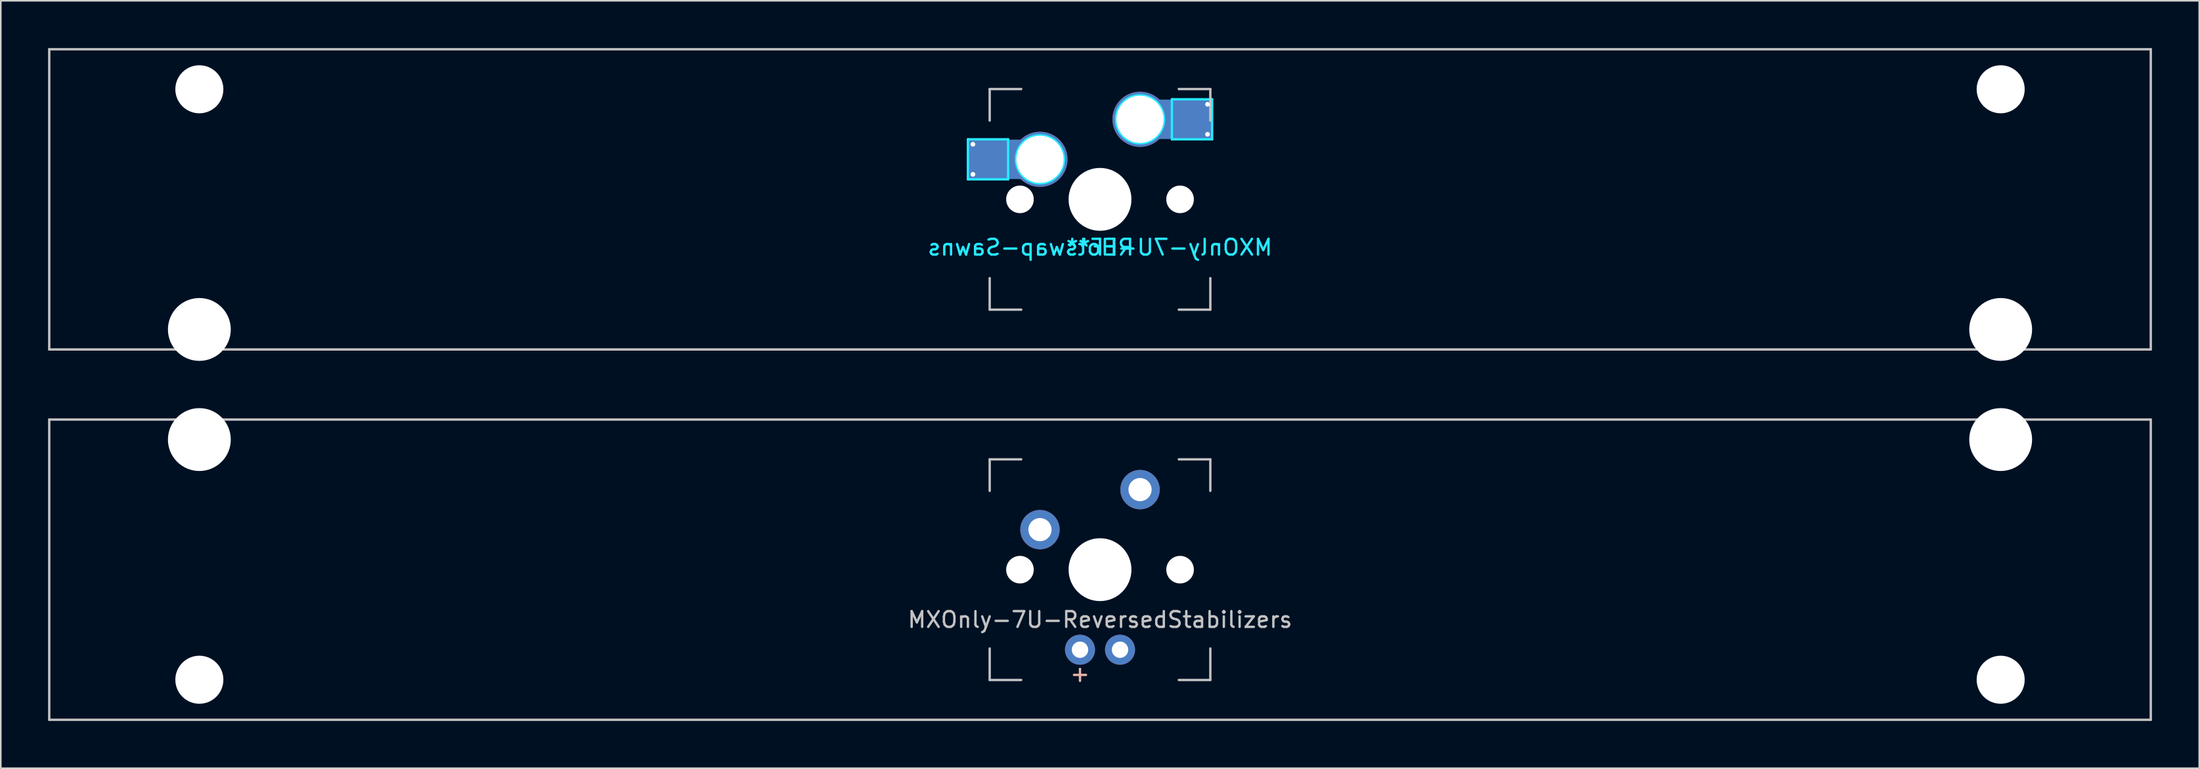
<source format=kicad_pcb>
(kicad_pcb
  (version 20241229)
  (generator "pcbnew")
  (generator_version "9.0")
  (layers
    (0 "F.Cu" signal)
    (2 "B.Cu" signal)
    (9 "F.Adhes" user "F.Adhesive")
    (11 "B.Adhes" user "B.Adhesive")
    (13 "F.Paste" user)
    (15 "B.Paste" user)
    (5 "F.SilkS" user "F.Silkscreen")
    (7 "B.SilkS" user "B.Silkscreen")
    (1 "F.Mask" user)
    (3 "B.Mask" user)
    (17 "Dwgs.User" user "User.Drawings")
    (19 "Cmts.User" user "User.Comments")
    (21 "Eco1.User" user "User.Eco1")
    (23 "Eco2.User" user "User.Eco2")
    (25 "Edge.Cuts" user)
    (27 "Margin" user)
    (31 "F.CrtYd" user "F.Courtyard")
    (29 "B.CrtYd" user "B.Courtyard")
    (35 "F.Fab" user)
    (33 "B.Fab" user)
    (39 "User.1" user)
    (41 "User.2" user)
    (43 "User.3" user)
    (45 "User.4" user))
  (footprint "MXOnly-7U-Hotswap-Sawns"
    (layer "F.Cu")
    (at 66.75 9.6)
    (property "Reference" "MXOnly-7U-Hotswap-Sawns" (at 0 3.048 0) (layer "B.CrtYd") (effects (font (size 1 1) (thickness 0.15)) (justify mirror)))
    (attr smd)
    (fp_line (start -66.675 -9.525) (end 66.675 -9.525) (stroke (width 0.15) (type solid)) (layer "Dwgs.User"))
    (fp_line (start -66.675 9.525) (end -66.675 -9.525) (stroke (width 0.15) (type solid)) (layer "Dwgs.User"))
    (fp_line (start -7 -7) (end -7 -5) (stroke (width 0.15) (type solid)) (layer "Dwgs.User"))
    (fp_line (start -7 5) (end -7 7) (stroke (width 0.15) (type solid)) (layer "Dwgs.User"))
    (fp_line (start -7 7) (end -5 7) (stroke (width 0.15) (type solid)) (layer "Dwgs.User"))
    (fp_line (start -5 -7) (end -7 -7) (stroke (width 0.15) (type solid)) (layer "Dwgs.User"))
    (fp_line (start 5 -7) (end 7 -7) (stroke (width 0.15) (type solid)) (layer "Dwgs.User"))
    (fp_line (start 5 7) (end 7 7) (stroke (width 0.15) (type solid)) (layer "Dwgs.User"))
    (fp_line (start 7 -7) (end 7 -5) (stroke (width 0.15) (type solid)) (layer "Dwgs.User"))
    (fp_line (start 7 7) (end 7 5) (stroke (width 0.15) (type solid)) (layer "Dwgs.User"))
    (fp_line (start 66.675 -9.525) (end 66.675 9.525) (stroke (width 0.15) (type solid)) (layer "Dwgs.User"))
    (fp_line (start 66.675 9.525) (end -66.675 9.525) (stroke (width 0.15) (type solid)) (layer "Dwgs.User"))
    (fp_line (start -8.382 -3.81) (end -8.382 -1.27) (stroke (width 0.15) (type solid)) (layer "B.CrtYd"))
    (fp_line (start -8.382 -3.81) (end -5.832 -3.81) (stroke (width 0.15) (type solid)) (layer "B.CrtYd"))
    (fp_line (start -8.382 -1.27) (end -5.832 -1.27) (stroke (width 0.15) (type solid)) (layer "B.CrtYd"))
    (fp_line (start -5.832 -3.81) (end -5.832 -1.27) (stroke (width 0.15) (type solid)) (layer "B.CrtYd"))
    (fp_line (start 4.562 -6.35) (end 4.562 -3.81) (stroke (width 0.15) (type solid)) (layer "B.CrtYd"))
    (fp_line (start 4.562 -6.35) (end 7.112 -6.35) (stroke (width 0.15) (type solid)) (layer "B.CrtYd"))
    (fp_line (start 7.112 -6.35) (end 7.112 -3.81) (stroke (width 0.15) (type solid)) (layer "B.CrtYd"))
    (fp_line (start 7.112 -3.81) (end 4.562 -3.81) (stroke (width 0.15) (type solid)) (layer "B.CrtYd"))
    (fp_circle (center -3.81 -2.54) (end -3.81 -4.064) (stroke (width 0.15) (type solid)) (fill no) (layer "B.CrtYd"))
    (fp_circle (center 2.54 -5.08) (end 2.54 -6.604) (stroke (width 0.15) (type solid)) (fill no) (layer "B.CrtYd"))
    (fp_text user "REF**" (at 0 3.048 0) (layer "B.CrtYd") (effects (font (size 1 1) (thickness 0.15)) (justify mirror)))
    (pad "" np_thru_hole circle (at -57.15 -6.985) (size 3.048 3.048) (drill 3.048) (layers "*.Cu" "*.Mask"))
    (pad "" np_thru_hole circle (at -57.15 8.255) (size 3.988 3.988) (drill 3.988) (layers "*.Cu" "*.Mask"))
    (pad "" smd rect (at -7.085 -2.54) (size 2.55 2.5) (layers "B.Mask" "B.Paste"))
    (pad "" np_thru_hole circle (at -5.08 0 48.1) (size 1.75 1.75) (drill 1.75) (layers "*.Cu" "*.Mask"))
    (pad "" np_thru_hole circle (at 0 0) (size 3.988 3.988) (drill 3.988) (layers "*.Cu" "*.Mask"))
    (pad "" np_thru_hole circle (at 5.08 0 48.1) (size 1.75 1.75) (drill 1.75) (layers "*.Cu" "*.Mask"))
    (pad "" smd rect (at 5.842 -5.08) (size 2.55 2.5) (layers "B.Mask" "B.Paste"))
    (pad "" np_thru_hole circle (at 57.15 -6.985) (size 3.048 3.048) (drill 3.048) (layers "*.Cu" "*.Mask"))
    (pad "" np_thru_hole circle (at 57.15 8.255) (size 3.988 3.988) (drill 3.988) (layers "*.Cu" "*.Mask"))
    (pad "1" thru_hole circle (at -8.065 -3.493) (size 0.5 0.5) (drill 0.3) (layers "*.Cu" "*.Mask"))
    (pad "1" thru_hole circle (at -8.065 -1.587) (size 0.5 0.5) (drill 0.3) (layers "*.Cu" "*.Mask"))
    (pad "1" smd rect (at -6.45 -2.54) (size 3.82 2.5) (layers "B.Cu"))
    (pad "1" thru_hole circle (at -3.81 -2.54) (size 3.5 3.5) (drill 3) (layers "*.Cu" "*.Mask"))
    (pad "2" thru_hole circle (at 2.54 -5.08) (size 3.5 3.5) (drill 3) (layers "*.Cu" "*.Mask"))
    (pad "2" smd rect (at 5.207 -5.08) (size 3.82 2.5) (layers "B.Cu"))
    (pad "2" thru_hole circle (at 6.822 -6.032) (size 0.5 0.5) (drill 0.3) (layers "*.Cu" "*.Mask"))
    (pad "2" thru_hole circle (at 6.822 -4.128) (size 0.5 0.5) (drill 0.3) (layers "*.Cu" "*.Mask")))
  (footprint "MXOnly-7U-ReversedStabilizers"
    (layer "F.Cu")
    (at 66.75 33.098)
    (property "Reference" "MXOnly-7U-ReversedStabilizers" (at 0 3.175 0) (layer "Dwgs.User") (effects (font (size 1 1) (thickness 0.15))))
    (attr through_hole)
    (fp_line (start -66.675 -9.525) (end 66.675 -9.525) (stroke (width 0.15) (type solid)) (layer "Dwgs.User"))
    (fp_line (start -66.675 9.525) (end -66.675 -9.525) (stroke (width 0.15) (type solid)) (layer "Dwgs.User"))
    (fp_line (start -66.675 9.525) (end 66.675 9.525) (stroke (width 0.15) (type solid)) (layer "Dwgs.User"))
    (fp_line (start -7 -7) (end -7 -5) (stroke (width 0.15) (type solid)) (layer "Dwgs.User"))
    (fp_line (start -7 5) (end -7 7) (stroke (width 0.15) (type solid)) (layer "Dwgs.User"))
    (fp_line (start -7 7) (end -5 7) (stroke (width 0.15) (type solid)) (layer "Dwgs.User"))
    (fp_line (start -5 -7) (end -7 -7) (stroke (width 0.15) (type solid)) (layer "Dwgs.User"))
    (fp_line (start 5 -7) (end 7 -7) (stroke (width 0.15) (type solid)) (layer "Dwgs.User"))
    (fp_line (start 5 7) (end 7 7) (stroke (width 0.15) (type solid)) (layer "Dwgs.User"))
    (fp_line (start 7 -7) (end 7 -5) (stroke (width 0.15) (type solid)) (layer "Dwgs.User"))
    (fp_line (start 7 7) (end 7 5) (stroke (width 0.15) (type solid)) (layer "Dwgs.User"))
    (fp_line (start 66.675 -9.525) (end 66.675 9.525) (stroke (width 0.15) (type solid)) (layer "Dwgs.User"))
    (fp_text user "+" (at -1.27 6.604 0) (layer "B.SilkS") (effects (font (size 1 1) (thickness 0.15))))
    (pad "" np_thru_hole circle (at -57.15 -8.255) (size 3.988 3.988) (drill 3.988) (layers "*.Cu" "*.Mask"))
    (pad "" np_thru_hole circle (at -57.15 6.985) (size 3.048 3.048) (drill 3.048) (layers "*.Cu" "*.Mask"))
    (pad "" np_thru_hole circle (at -5.08 0 48.1) (size 1.75 1.75) (drill 1.75) (layers "*.Cu" "*.Mask"))
    (pad "" np_thru_hole circle (at 0 0) (size 3.988 3.988) (drill 3.988) (layers "*.Cu" "*.Mask"))
    (pad "" np_thru_hole circle (at 5.08 0 48.1) (size 1.75 1.75) (drill 1.75) (layers "*.Cu" "*.Mask"))
    (pad "" np_thru_hole circle (at 57.15 -8.255) (size 3.988 3.988) (drill 3.988) (layers "*.Cu" "*.Mask"))
    (pad "" np_thru_hole circle (at 57.15 6.985) (size 3.048 3.048) (drill 3.048) (layers "*.Cu" "*.Mask"))
    (pad "1" thru_hole circle (at -3.81 -2.54) (size 2.5 2.5) (drill 1.47) (layers "*.Cu" "*.Mask"))
    (pad "2" thru_hole circle (at 2.54 -5.08) (size 2.5 2.5) (drill 1.47) (layers "*.Cu" "*.Mask"))
    (pad "3" thru_hole circle (at -1.27 5.08) (size 1.905 1.905) (drill 1.04) (layers "*.Cu" "*.Mask"))
    (pad "4" thru_hole circle (at 1.27 5.08) (size 1.905 1.905) (drill 1.04) (layers "*.Cu" "*.Mask")))
  (gr_rect
    (start -3 -3)
    (end 136.5 45.698)
    (stroke (width 0.1) (type default))
    (fill no)
    (layer "Edge.Cuts")))
</source>
